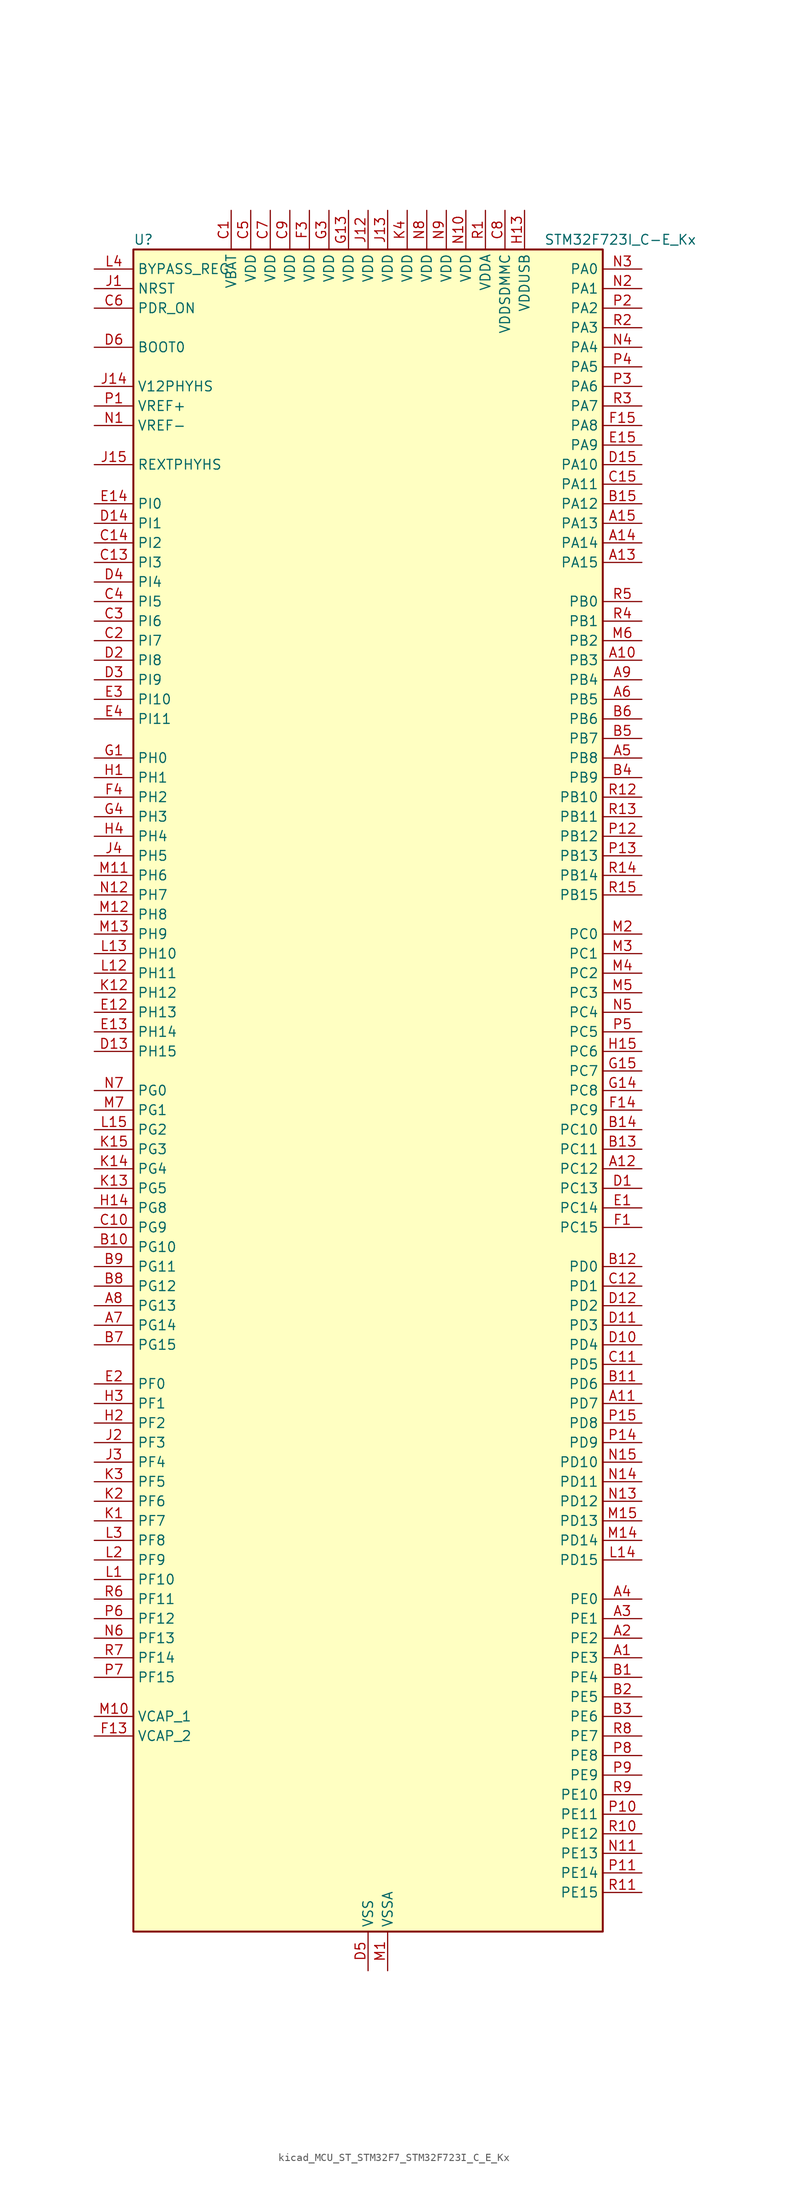
<source format=kicad_sym>
(kicad_symbol_lib
  (version 20220914)
  (generator kicad_symbol_editor)
  (symbol "kicad_MCU_ST_STM32F7_STM32F723I_C_E_Kx"
    (property "Reference" "U"
      (at -30.48 110.49 0)
      (effects (font (size 1.27 1.27)) (justify left)))
    (property "Value" "STM32F723I_C-E_Kx"
      (at 22.86 110.49 0)
      (effects (font (size 1.27 1.27)) (justify left)))
    (property "ki_locked" ""
      (at 0 0 0)
      (effects (font (size 1.27 1.27))))
    (symbol "kicad_MCU_ST_STM32F7_STM32F723I_C_E_Kx_0_1"
      (rectangle (start -30.48 -109.22) (end 30.48 109.22) (stroke (width 0.254) (type default)) (fill (type background))))
    (symbol "kicad_MCU_ST_STM32F7_STM32F723I_C_E_Kx_1_1"
      (pin bidirectional line (at 35.56 -73.66 180) (length 5.08) (name "PE3" (effects (font (size 1.27 1.27)))) (number "A1" (effects (font (size 1.27 1.27)))) (alternate "FMC_A19" bidirectional line) (alternate "SAI1_SD_B" bidirectional line) (alternate "SYS_TRACED0" bidirectional line))
      (pin bidirectional line (at 35.56 55.88 180) (length 5.08) (name "PB3" (effects (font (size 1.27 1.27)))) (number "A10" (effects (font (size 1.27 1.27)))) (alternate "I2S1_CK" bidirectional line) (alternate "I2S3_CK" bidirectional line) (alternate "SDMMC2_D2" bidirectional line) (alternate "SPI1_SCK" bidirectional line) (alternate "SPI3_SCK" bidirectional line) (alternate "SYS_JTDO-SWO" bidirectional line) (alternate "TIM2_CH2" bidirectional line))
      (pin bidirectional line (at 35.56 -40.64 180) (length 5.08) (name "PD7" (effects (font (size 1.27 1.27)))) (number "A11" (effects (font (size 1.27 1.27)))) (alternate "FMC_NE1" bidirectional line) (alternate "SDMMC2_CMD" bidirectional line) (alternate "USART2_CK" bidirectional line))
      (pin bidirectional line (at 35.56 -10.16 180) (length 5.08) (name "PC12" (effects (font (size 1.27 1.27)))) (number "A12" (effects (font (size 1.27 1.27)))) (alternate "I2S3_SD" bidirectional line) (alternate "SDMMC1_CK" bidirectional line) (alternate "SPI3_MOSI" bidirectional line) (alternate "SYS_TRACED3" bidirectional line) (alternate "UART5_TX" bidirectional line) (alternate "USART3_CK" bidirectional line))
      (pin bidirectional line (at 35.56 68.58 180) (length 5.08) (name "PA15" (effects (font (size 1.27 1.27)))) (number "A13" (effects (font (size 1.27 1.27)))) (alternate "I2S1_WS" bidirectional line) (alternate "I2S3_WS" bidirectional line) (alternate "SPI1_NSS" bidirectional line) (alternate "SPI3_NSS" bidirectional line) (alternate "SYS_JTDI" bidirectional line) (alternate "TIM2_CH1" bidirectional line) (alternate "TIM2_ETR" bidirectional line) (alternate "UART4_DE" bidirectional line) (alternate "UART4_RTS" bidirectional line))
      (pin bidirectional line (at 35.56 71.12 180) (length 5.08) (name "PA14" (effects (font (size 1.27 1.27)))) (number "A14" (effects (font (size 1.27 1.27)))) (alternate "SYS_JTCK-SWCLK" bidirectional line))
      (pin bidirectional line (at 35.56 73.66 180) (length 5.08) (name "PA13" (effects (font (size 1.27 1.27)))) (number "A15" (effects (font (size 1.27 1.27)))) (alternate "SYS_JTMS-SWDIO" bidirectional line))
      (pin bidirectional line (at 35.56 -71.12 180) (length 5.08) (name "PE2" (effects (font (size 1.27 1.27)))) (number "A2" (effects (font (size 1.27 1.27)))) (alternate "FMC_A23" bidirectional line) (alternate "QUADSPI_BK1_IO2" bidirectional line) (alternate "SAI1_MCLK_A" bidirectional line) (alternate "SPI4_SCK" bidirectional line) (alternate "SYS_TRACECLK" bidirectional line))
      (pin bidirectional line (at 35.56 -68.58 180) (length 5.08) (name "PE1" (effects (font (size 1.27 1.27)))) (number "A3" (effects (font (size 1.27 1.27)))) (alternate "FMC_NBL1" bidirectional line) (alternate "LPTIM1_IN2" bidirectional line) (alternate "UART8_TX" bidirectional line))
      (pin bidirectional line (at 35.56 -66.04 180) (length 5.08) (name "PE0" (effects (font (size 1.27 1.27)))) (number "A4" (effects (font (size 1.27 1.27)))) (alternate "FMC_NBL0" bidirectional line) (alternate "LPTIM1_ETR" bidirectional line) (alternate "SAI2_MCLK_A" bidirectional line) (alternate "TIM4_ETR" bidirectional line) (alternate "UART8_RX" bidirectional line))
      (pin bidirectional line (at 35.56 43.18 180) (length 5.08) (name "PB8" (effects (font (size 1.27 1.27)))) (number "A5" (effects (font (size 1.27 1.27)))) (alternate "CAN1_RX" bidirectional line) (alternate "I2C1_SCL" bidirectional line) (alternate "SDMMC1_D4" bidirectional line) (alternate "SDMMC2_D4" bidirectional line) (alternate "TIM10_CH1" bidirectional line) (alternate "TIM4_CH3" bidirectional line))
      (pin bidirectional line (at 35.56 50.8 180) (length 5.08) (name "PB5" (effects (font (size 1.27 1.27)))) (number "A6" (effects (font (size 1.27 1.27)))) (alternate "FMC_SDCKE1" bidirectional line) (alternate "I2C1_SMBA" bidirectional line) (alternate "I2S1_SD" bidirectional line) (alternate "I2S3_SD" bidirectional line) (alternate "SPI1_MOSI" bidirectional line) (alternate "SPI3_MOSI" bidirectional line) (alternate "TIM3_CH2" bidirectional line))
      (pin bidirectional line (at -35.56 -30.48 0) (length 5.08) (name "PG14" (effects (font (size 1.27 1.27)))) (number "A7" (effects (font (size 1.27 1.27)))) (alternate "FMC_A25" bidirectional line) (alternate "LPTIM1_ETR" bidirectional line) (alternate "QUADSPI_BK2_IO3" bidirectional line) (alternate "SYS_TRACED1" bidirectional line) (alternate "USART6_TX" bidirectional line))
      (pin bidirectional line (at -35.56 -27.94 0) (length 5.08) (name "PG13" (effects (font (size 1.27 1.27)))) (number "A8" (effects (font (size 1.27 1.27)))) (alternate "FMC_A24" bidirectional line) (alternate "LPTIM1_OUT" bidirectional line) (alternate "SYS_TRACED0" bidirectional line) (alternate "USART6_CTS" bidirectional line))
      (pin bidirectional line (at 35.56 53.34 180) (length 5.08) (name "PB4" (effects (font (size 1.27 1.27)))) (number "A9" (effects (font (size 1.27 1.27)))) (alternate "I2S2_WS" bidirectional line) (alternate "SDMMC2_D3" bidirectional line) (alternate "SPI1_MISO" bidirectional line) (alternate "SPI2_NSS" bidirectional line) (alternate "SPI3_MISO" bidirectional line) (alternate "SYS_JTRST" bidirectional line) (alternate "TIM3_CH1" bidirectional line))
      (pin bidirectional line (at 35.56 -76.2 180) (length 5.08) (name "PE4" (effects (font (size 1.27 1.27)))) (number "B1" (effects (font (size 1.27 1.27)))) (alternate "FMC_A20" bidirectional line) (alternate "SAI1_FS_A" bidirectional line) (alternate "SPI4_NSS" bidirectional line) (alternate "SYS_TRACED1" bidirectional line))
      (pin bidirectional line (at -35.56 -20.32 0) (length 5.08) (name "PG10" (effects (font (size 1.27 1.27)))) (number "B10" (effects (font (size 1.27 1.27)))) (alternate "FMC_NE3" bidirectional line) (alternate "SAI2_SD_B" bidirectional line) (alternate "SDMMC2_D1" bidirectional line))
      (pin bidirectional line (at 35.56 -38.1 180) (length 5.08) (name "PD6" (effects (font (size 1.27 1.27)))) (number "B11" (effects (font (size 1.27 1.27)))) (alternate "FMC_NWAIT" bidirectional line) (alternate "I2S3_SD" bidirectional line) (alternate "SAI1_SD_A" bidirectional line) (alternate "SDMMC2_CK" bidirectional line) (alternate "SPI3_MOSI" bidirectional line) (alternate "USART2_RX" bidirectional line))
      (pin bidirectional line (at 35.56 -22.86 180) (length 5.08) (name "PD0" (effects (font (size 1.27 1.27)))) (number "B12" (effects (font (size 1.27 1.27)))) (alternate "CAN1_RX" bidirectional line) (alternate "FMC_D2" bidirectional line) (alternate "FMC_DA2" bidirectional line))
      (pin bidirectional line (at 35.56 -7.62 180) (length 5.08) (name "PC11" (effects (font (size 1.27 1.27)))) (number "B13" (effects (font (size 1.27 1.27)))) (alternate "ADC1_EXTI11" bidirectional line) (alternate "ADC2_EXTI11" bidirectional line) (alternate "ADC3_EXTI11" bidirectional line) (alternate "QUADSPI_BK2_NCS" bidirectional line) (alternate "SDMMC1_D3" bidirectional line) (alternate "SPI3_MISO" bidirectional line) (alternate "UART4_RX" bidirectional line) (alternate "USART3_RX" bidirectional line))
      (pin bidirectional line (at 35.56 -5.08 180) (length 5.08) (name "PC10" (effects (font (size 1.27 1.27)))) (number "B14" (effects (font (size 1.27 1.27)))) (alternate "I2S3_CK" bidirectional line) (alternate "QUADSPI_BK1_IO1" bidirectional line) (alternate "SDMMC1_D2" bidirectional line) (alternate "SPI3_SCK" bidirectional line) (alternate "UART4_TX" bidirectional line) (alternate "USART3_TX" bidirectional line))
      (pin bidirectional line (at 35.56 76.2 180) (length 5.08) (name "PA12" (effects (font (size 1.27 1.27)))) (number "B15" (effects (font (size 1.27 1.27)))) (alternate "CAN1_TX" bidirectional line) (alternate "SAI2_FS_B" bidirectional line) (alternate "TIM1_ETR" bidirectional line) (alternate "USART1_DE" bidirectional line) (alternate "USART1_RTS" bidirectional line) (alternate "USB_OTG_FS_DP" bidirectional line))
      (pin bidirectional line (at 35.56 -78.74 180) (length 5.08) (name "PE5" (effects (font (size 1.27 1.27)))) (number "B2" (effects (font (size 1.27 1.27)))) (alternate "FMC_A21" bidirectional line) (alternate "SAI1_SCK_A" bidirectional line) (alternate "SPI4_MISO" bidirectional line) (alternate "SYS_TRACED2" bidirectional line) (alternate "TIM9_CH1" bidirectional line))
      (pin bidirectional line (at 35.56 -81.28 180) (length 5.08) (name "PE6" (effects (font (size 1.27 1.27)))) (number "B3" (effects (font (size 1.27 1.27)))) (alternate "FMC_A22" bidirectional line) (alternate "SAI1_SD_A" bidirectional line) (alternate "SAI2_MCLK_B" bidirectional line) (alternate "SPI4_MOSI" bidirectional line) (alternate "SYS_TRACED3" bidirectional line) (alternate "TIM1_BKIN2" bidirectional line) (alternate "TIM9_CH2" bidirectional line))
      (pin bidirectional line (at 35.56 40.64 180) (length 5.08) (name "PB9" (effects (font (size 1.27 1.27)))) (number "B4" (effects (font (size 1.27 1.27)))) (alternate "CAN1_TX" bidirectional line) (alternate "DAC_EXTI9" bidirectional line) (alternate "I2C1_SDA" bidirectional line) (alternate "I2S2_WS" bidirectional line) (alternate "SDMMC1_D5" bidirectional line) (alternate "SDMMC2_D5" bidirectional line) (alternate "SPI2_NSS" bidirectional line) (alternate "TIM11_CH1" bidirectional line) (alternate "TIM4_CH4" bidirectional line))
      (pin bidirectional line (at 35.56 45.72 180) (length 5.08) (name "PB7" (effects (font (size 1.27 1.27)))) (number "B5" (effects (font (size 1.27 1.27)))) (alternate "FMC_NL" bidirectional line) (alternate "I2C1_SDA" bidirectional line) (alternate "TIM4_CH2" bidirectional line) (alternate "USART1_RX" bidirectional line))
      (pin bidirectional line (at 35.56 48.26 180) (length 5.08) (name "PB6" (effects (font (size 1.27 1.27)))) (number "B6" (effects (font (size 1.27 1.27)))) (alternate "FMC_SDNE1" bidirectional line) (alternate "I2C1_SCL" bidirectional line) (alternate "QUADSPI_BK1_NCS" bidirectional line) (alternate "TIM4_CH1" bidirectional line) (alternate "USART1_TX" bidirectional line))
      (pin bidirectional line (at -35.56 -33.02 0) (length 5.08) (name "PG15" (effects (font (size 1.27 1.27)))) (number "B7" (effects (font (size 1.27 1.27)))) (alternate "FMC_SDNCAS" bidirectional line) (alternate "USART6_CTS" bidirectional line))
      (pin bidirectional line (at -35.56 -25.4 0) (length 5.08) (name "PG12" (effects (font (size 1.27 1.27)))) (number "B8" (effects (font (size 1.27 1.27)))) (alternate "FMC_NE4" bidirectional line) (alternate "LPTIM1_IN1" bidirectional line) (alternate "SDMMC2_D3" bidirectional line) (alternate "USART6_DE" bidirectional line) (alternate "USART6_RTS" bidirectional line))
      (pin bidirectional line (at -35.56 -22.86 0) (length 5.08) (name "PG11" (effects (font (size 1.27 1.27)))) (number "B9" (effects (font (size 1.27 1.27)))) (alternate "ADC1_EXTI11" bidirectional line) (alternate "ADC2_EXTI11" bidirectional line) (alternate "ADC3_EXTI11" bidirectional line) (alternate "FMC_INT" bidirectional line) (alternate "SDMMC2_D2" bidirectional line))
      (pin power_in line (at -17.78 114.3 270) (length 5.08) (name "VBAT" (effects (font (size 1.27 1.27)))) (number "C1" (effects (font (size 1.27 1.27)))))
      (pin bidirectional line (at -35.56 -17.78 0) (length 5.08) (name "PG9" (effects (font (size 1.27 1.27)))) (number "C10" (effects (font (size 1.27 1.27)))) (alternate "DAC_EXTI9" bidirectional line) (alternate "FMC_NCE" bidirectional line) (alternate "FMC_NE2" bidirectional line) (alternate "QUADSPI_BK2_IO2" bidirectional line) (alternate "SAI2_FS_B" bidirectional line) (alternate "SDMMC2_D0" bidirectional line) (alternate "USART6_RX" bidirectional line))
      (pin bidirectional line (at 35.56 -35.56 180) (length 5.08) (name "PD5" (effects (font (size 1.27 1.27)))) (number "C11" (effects (font (size 1.27 1.27)))) (alternate "FMC_NWE" bidirectional line) (alternate "USART2_TX" bidirectional line))
      (pin bidirectional line (at 35.56 -25.4 180) (length 5.08) (name "PD1" (effects (font (size 1.27 1.27)))) (number "C12" (effects (font (size 1.27 1.27)))) (alternate "CAN1_TX" bidirectional line) (alternate "FMC_D3" bidirectional line) (alternate "FMC_DA3" bidirectional line))
      (pin bidirectional line (at -35.56 68.58 0) (length 5.08) (name "PI3" (effects (font (size 1.27 1.27)))) (number "C13" (effects (font (size 1.27 1.27)))) (alternate "FMC_D27" bidirectional line) (alternate "I2S2_SD" bidirectional line) (alternate "SPI2_MOSI" bidirectional line) (alternate "TIM8_ETR" bidirectional line))
      (pin bidirectional line (at -35.56 71.12 0) (length 5.08) (name "PI2" (effects (font (size 1.27 1.27)))) (number "C14" (effects (font (size 1.27 1.27)))) (alternate "FMC_D26" bidirectional line) (alternate "SPI2_MISO" bidirectional line) (alternate "TIM8_CH4" bidirectional line))
      (pin bidirectional line (at 35.56 78.74 180) (length 5.08) (name "PA11" (effects (font (size 1.27 1.27)))) (number "C15" (effects (font (size 1.27 1.27)))) (alternate "ADC1_EXTI11" bidirectional line) (alternate "ADC2_EXTI11" bidirectional line) (alternate "ADC3_EXTI11" bidirectional line) (alternate "CAN1_RX" bidirectional line) (alternate "TIM1_CH4" bidirectional line) (alternate "USART1_CTS" bidirectional line) (alternate "USB_OTG_FS_DM" bidirectional line))
      (pin bidirectional line (at -35.56 58.42 0) (length 5.08) (name "PI7" (effects (font (size 1.27 1.27)))) (number "C2" (effects (font (size 1.27 1.27)))) (alternate "FMC_D29" bidirectional line) (alternate "SAI2_FS_A" bidirectional line) (alternate "TIM8_CH3" bidirectional line))
      (pin bidirectional line (at -35.56 60.96 0) (length 5.08) (name "PI6" (effects (font (size 1.27 1.27)))) (number "C3" (effects (font (size 1.27 1.27)))) (alternate "FMC_D28" bidirectional line) (alternate "SAI2_SD_A" bidirectional line) (alternate "TIM8_CH2" bidirectional line))
      (pin bidirectional line (at -35.56 63.5 0) (length 5.08) (name "PI5" (effects (font (size 1.27 1.27)))) (number "C4" (effects (font (size 1.27 1.27)))) (alternate "FMC_NBL3" bidirectional line) (alternate "SAI2_SCK_A" bidirectional line) (alternate "TIM8_CH1" bidirectional line))
      (pin power_in line (at -15.24 114.3 270) (length 5.08) (name "VDD" (effects (font (size 1.27 1.27)))) (number "C5" (effects (font (size 1.27 1.27)))))
      (pin input line (at -35.56 101.6 0) (length 5.08) (name "PDR_ON" (effects (font (size 1.27 1.27)))) (number "C6" (effects (font (size 1.27 1.27)))))
      (pin power_in line (at -12.7 114.3 270) (length 5.08) (name "VDD" (effects (font (size 1.27 1.27)))) (number "C7" (effects (font (size 1.27 1.27)))))
      (pin power_in line (at 17.78 114.3 270) (length 5.08) (name "VDDSDMMC" (effects (font (size 1.27 1.27)))) (number "C8" (effects (font (size 1.27 1.27)))))
      (pin power_in line (at -10.16 114.3 270) (length 5.08) (name "VDD" (effects (font (size 1.27 1.27)))) (number "C9" (effects (font (size 1.27 1.27)))))
      (pin bidirectional line (at 35.56 -12.7 180) (length 5.08) (name "PC13" (effects (font (size 1.27 1.27)))) (number "D1" (effects (font (size 1.27 1.27)))) (alternate "RTC_OUT" bidirectional line) (alternate "RTC_TAMP1" bidirectional line) (alternate "RTC_TS" bidirectional line) (alternate "SYS_WKUP4" bidirectional line))
      (pin bidirectional line (at 35.56 -33.02 180) (length 5.08) (name "PD4" (effects (font (size 1.27 1.27)))) (number "D10" (effects (font (size 1.27 1.27)))) (alternate "FMC_NOE" bidirectional line) (alternate "USART2_DE" bidirectional line) (alternate "USART2_RTS" bidirectional line))
      (pin bidirectional line (at 35.56 -30.48 180) (length 5.08) (name "PD3" (effects (font (size 1.27 1.27)))) (number "D11" (effects (font (size 1.27 1.27)))) (alternate "FMC_CLK" bidirectional line) (alternate "I2S2_CK" bidirectional line) (alternate "SPI2_SCK" bidirectional line) (alternate "USART2_CTS" bidirectional line))
      (pin bidirectional line (at 35.56 -27.94 180) (length 5.08) (name "PD2" (effects (font (size 1.27 1.27)))) (number "D12" (effects (font (size 1.27 1.27)))) (alternate "SDMMC1_CMD" bidirectional line) (alternate "SYS_TRACED2" bidirectional line) (alternate "TIM3_ETR" bidirectional line) (alternate "UART5_RX" bidirectional line))
      (pin bidirectional line (at -35.56 5.08 0) (length 5.08) (name "PH15" (effects (font (size 1.27 1.27)))) (number "D13" (effects (font (size 1.27 1.27)))) (alternate "FMC_D23" bidirectional line) (alternate "TIM8_CH3N" bidirectional line))
      (pin bidirectional line (at -35.56 73.66 0) (length 5.08) (name "PI1" (effects (font (size 1.27 1.27)))) (number "D14" (effects (font (size 1.27 1.27)))) (alternate "FMC_D25" bidirectional line) (alternate "I2S2_CK" bidirectional line) (alternate "SPI2_SCK" bidirectional line) (alternate "TIM8_BKIN2" bidirectional line))
      (pin bidirectional line (at 35.56 81.28 180) (length 5.08) (name "PA10" (effects (font (size 1.27 1.27)))) (number "D15" (effects (font (size 1.27 1.27)))) (alternate "TIM1_CH3" bidirectional line) (alternate "USART1_RX" bidirectional line) (alternate "USB_OTG_FS_ID" bidirectional line))
      (pin bidirectional line (at -35.56 55.88 0) (length 5.08) (name "PI8" (effects (font (size 1.27 1.27)))) (number "D2" (effects (font (size 1.27 1.27)))) (alternate "RTC_TAMP2" bidirectional line) (alternate "RTC_TS" bidirectional line) (alternate "SYS_WKUP5" bidirectional line))
      (pin bidirectional line (at -35.56 53.34 0) (length 5.08) (name "PI9" (effects (font (size 1.27 1.27)))) (number "D3" (effects (font (size 1.27 1.27)))) (alternate "CAN1_RX" bidirectional line) (alternate "DAC_EXTI9" bidirectional line) (alternate "FMC_D30" bidirectional line) (alternate "UART4_RX" bidirectional line))
      (pin bidirectional line (at -35.56 66.04 0) (length 5.08) (name "PI4" (effects (font (size 1.27 1.27)))) (number "D4" (effects (font (size 1.27 1.27)))) (alternate "FMC_NBL2" bidirectional line) (alternate "SAI2_MCLK_A" bidirectional line) (alternate "TIM8_BKIN" bidirectional line))
      (pin power_in line (at 0 -114.3 90) (length 5.08) (name "VSS" (effects (font (size 1.27 1.27)))) (number "D5" (effects (font (size 1.27 1.27)))))
      (pin input line (at -35.56 96.52 0) (length 5.08) (name "BOOT0" (effects (font (size 1.27 1.27)))) (number "D6" (effects (font (size 1.27 1.27)))))
      (pin passive line (at 0 -114.3 90) (length 5.08) hide (name "VSS" (effects (font (size 1.27 1.27)))) (number "D7" (effects (font (size 1.27 1.27)))))
      (pin passive line (at 0 -114.3 90) (length 5.08) hide (name "VSS" (effects (font (size 1.27 1.27)))) (number "D8" (effects (font (size 1.27 1.27)))))
      (pin passive line (at 0 -114.3 90) (length 5.08) hide (name "VSS" (effects (font (size 1.27 1.27)))) (number "D9" (effects (font (size 1.27 1.27)))))
      (pin bidirectional line (at 35.56 -15.24 180) (length 5.08) (name "PC14" (effects (font (size 1.27 1.27)))) (number "E1" (effects (font (size 1.27 1.27)))) (alternate "RCC_OSC32_IN" bidirectional line))
      (pin bidirectional line (at -35.56 10.16 0) (length 5.08) (name "PH13" (effects (font (size 1.27 1.27)))) (number "E12" (effects (font (size 1.27 1.27)))) (alternate "CAN1_TX" bidirectional line) (alternate "FMC_D21" bidirectional line) (alternate "TIM8_CH1N" bidirectional line) (alternate "UART4_TX" bidirectional line))
      (pin bidirectional line (at -35.56 7.62 0) (length 5.08) (name "PH14" (effects (font (size 1.27 1.27)))) (number "E13" (effects (font (size 1.27 1.27)))) (alternate "CAN1_RX" bidirectional line) (alternate "FMC_D22" bidirectional line) (alternate "TIM8_CH2N" bidirectional line) (alternate "UART4_RX" bidirectional line))
      (pin bidirectional line (at -35.56 76.2 0) (length 5.08) (name "PI0" (effects (font (size 1.27 1.27)))) (number "E14" (effects (font (size 1.27 1.27)))) (alternate "FMC_D24" bidirectional line) (alternate "I2S2_WS" bidirectional line) (alternate "SPI2_NSS" bidirectional line) (alternate "TIM5_CH4" bidirectional line))
      (pin bidirectional line (at 35.56 83.82 180) (length 5.08) (name "PA9" (effects (font (size 1.27 1.27)))) (number "E15" (effects (font (size 1.27 1.27)))) (alternate "DAC_EXTI9" bidirectional line) (alternate "I2C3_SMBA" bidirectional line) (alternate "I2S2_CK" bidirectional line) (alternate "SPI2_SCK" bidirectional line) (alternate "TIM1_CH2" bidirectional line) (alternate "USART1_TX" bidirectional line) (alternate "USB_OTG_FS_VBUS" bidirectional line))
      (pin bidirectional line (at -35.56 -38.1 0) (length 5.08) (name "PF0" (effects (font (size 1.27 1.27)))) (number "E2" (effects (font (size 1.27 1.27)))) (alternate "FMC_A0" bidirectional line) (alternate "I2C2_SDA" bidirectional line))
      (pin bidirectional line (at -35.56 50.8 0) (length 5.08) (name "PI10" (effects (font (size 1.27 1.27)))) (number "E3" (effects (font (size 1.27 1.27)))) (alternate "FMC_D31" bidirectional line))
      (pin bidirectional line (at -35.56 48.26 0) (length 5.08) (name "PI11" (effects (font (size 1.27 1.27)))) (number "E4" (effects (font (size 1.27 1.27)))) (alternate "ADC1_EXTI11" bidirectional line) (alternate "ADC2_EXTI11" bidirectional line) (alternate "ADC3_EXTI11" bidirectional line) (alternate "SYS_WKUP6" bidirectional line))
      (pin bidirectional line (at 35.56 -17.78 180) (length 5.08) (name "PC15" (effects (font (size 1.27 1.27)))) (number "F1" (effects (font (size 1.27 1.27)))) (alternate "RCC_OSC32_OUT" bidirectional line))
      (pin passive line (at 0 -114.3 90) (length 5.08) hide (name "VSS" (effects (font (size 1.27 1.27)))) (number "F10" (effects (font (size 1.27 1.27)))))
      (pin passive line (at 0 -114.3 90) (length 5.08) hide (name "VSS" (effects (font (size 1.27 1.27)))) (number "F12" (effects (font (size 1.27 1.27)))))
      (pin power_out line (at -35.56 -83.82 0) (length 5.08) (name "VCAP_2" (effects (font (size 1.27 1.27)))) (number "F13" (effects (font (size 1.27 1.27)))))
      (pin bidirectional line (at 35.56 -2.54 180) (length 5.08) (name "PC9" (effects (font (size 1.27 1.27)))) (number "F14" (effects (font (size 1.27 1.27)))) (alternate "DAC_EXTI9" bidirectional line) (alternate "I2C3_SDA" bidirectional line) (alternate "I2S_CKIN" bidirectional line) (alternate "QUADSPI_BK1_IO0" bidirectional line) (alternate "RCC_MCO_2" bidirectional line) (alternate "SDMMC1_D1" bidirectional line) (alternate "TIM3_CH4" bidirectional line) (alternate "TIM8_CH4" bidirectional line) (alternate "UART5_CTS" bidirectional line))
      (pin bidirectional line (at 35.56 86.36 180) (length 5.08) (name "PA8" (effects (font (size 1.27 1.27)))) (number "F15" (effects (font (size 1.27 1.27)))) (alternate "I2C3_SCL" bidirectional line) (alternate "RCC_MCO_1" bidirectional line) (alternate "TIM1_CH1" bidirectional line) (alternate "TIM8_BKIN2" bidirectional line) (alternate "USART1_CK" bidirectional line) (alternate "USB_OTG_FS_SOF" bidirectional line))
      (pin passive line (at 0 -114.3 90) (length 5.08) hide (name "VSS" (effects (font (size 1.27 1.27)))) (number "F2" (effects (font (size 1.27 1.27)))))
      (pin power_in line (at -7.62 114.3 270) (length 5.08) (name "VDD" (effects (font (size 1.27 1.27)))) (number "F3" (effects (font (size 1.27 1.27)))))
      (pin bidirectional line (at -35.56 38.1 0) (length 5.08) (name "PH2" (effects (font (size 1.27 1.27)))) (number "F4" (effects (font (size 1.27 1.27)))) (alternate "FMC_SDCKE0" bidirectional line) (alternate "LPTIM1_IN2" bidirectional line) (alternate "QUADSPI_BK2_IO0" bidirectional line) (alternate "SAI2_SCK_B" bidirectional line))
      (pin passive line (at 0 -114.3 90) (length 5.08) hide (name "VSS" (effects (font (size 1.27 1.27)))) (number "F6" (effects (font (size 1.27 1.27)))))
      (pin passive line (at 0 -114.3 90) (length 5.08) hide (name "VSS" (effects (font (size 1.27 1.27)))) (number "F7" (effects (font (size 1.27 1.27)))))
      (pin passive line (at 0 -114.3 90) (length 5.08) hide (name "VSS" (effects (font (size 1.27 1.27)))) (number "F8" (effects (font (size 1.27 1.27)))))
      (pin passive line (at 0 -114.3 90) (length 5.08) hide (name "VSS" (effects (font (size 1.27 1.27)))) (number "F9" (effects (font (size 1.27 1.27)))))
      (pin bidirectional line (at -35.56 43.18 0) (length 5.08) (name "PH0" (effects (font (size 1.27 1.27)))) (number "G1" (effects (font (size 1.27 1.27)))) (alternate "RCC_OSC_IN" bidirectional line))
      (pin passive line (at 0 -114.3 90) (length 5.08) hide (name "VSS" (effects (font (size 1.27 1.27)))) (number "G10" (effects (font (size 1.27 1.27)))))
      (pin passive line (at 0 -114.3 90) (length 5.08) hide (name "VSS" (effects (font (size 1.27 1.27)))) (number "G12" (effects (font (size 1.27 1.27)))))
      (pin power_in line (at -2.54 114.3 270) (length 5.08) (name "VDD" (effects (font (size 1.27 1.27)))) (number "G13" (effects (font (size 1.27 1.27)))))
      (pin bidirectional line (at 35.56 0 180) (length 5.08) (name "PC8" (effects (font (size 1.27 1.27)))) (number "G14" (effects (font (size 1.27 1.27)))) (alternate "SDMMC1_D0" bidirectional line) (alternate "SYS_TRACED1" bidirectional line) (alternate "TIM3_CH3" bidirectional line) (alternate "TIM8_CH3" bidirectional line) (alternate "UART5_DE" bidirectional line) (alternate "UART5_RTS" bidirectional line) (alternate "USART6_CK" bidirectional line))
      (pin bidirectional line (at 35.56 2.54 180) (length 5.08) (name "PC7" (effects (font (size 1.27 1.27)))) (number "G15" (effects (font (size 1.27 1.27)))) (alternate "I2S3_MCK" bidirectional line) (alternate "SDMMC1_D7" bidirectional line) (alternate "SDMMC2_D7" bidirectional line) (alternate "TIM3_CH2" bidirectional line) (alternate "TIM8_CH2" bidirectional line) (alternate "USART6_RX" bidirectional line))
      (pin passive line (at 0 -114.3 90) (length 5.08) hide (name "VSS" (effects (font (size 1.27 1.27)))) (number "G2" (effects (font (size 1.27 1.27)))))
      (pin power_in line (at -5.08 114.3 270) (length 5.08) (name "VDD" (effects (font (size 1.27 1.27)))) (number "G3" (effects (font (size 1.27 1.27)))))
      (pin bidirectional line (at -35.56 35.56 0) (length 5.08) (name "PH3" (effects (font (size 1.27 1.27)))) (number "G4" (effects (font (size 1.27 1.27)))) (alternate "FMC_SDNE0" bidirectional line) (alternate "QUADSPI_BK2_IO1" bidirectional line) (alternate "SAI2_MCLK_B" bidirectional line))
      (pin passive line (at 0 -114.3 90) (length 5.08) hide (name "VSS" (effects (font (size 1.27 1.27)))) (number "G6" (effects (font (size 1.27 1.27)))))
      (pin passive line (at 0 -114.3 90) (length 5.08) hide (name "VSS" (effects (font (size 1.27 1.27)))) (number "G7" (effects (font (size 1.27 1.27)))))
      (pin passive line (at 0 -114.3 90) (length 5.08) hide (name "VSS" (effects (font (size 1.27 1.27)))) (number "G8" (effects (font (size 1.27 1.27)))))
      (pin passive line (at 0 -114.3 90) (length 5.08) hide (name "VSS" (effects (font (size 1.27 1.27)))) (number "G9" (effects (font (size 1.27 1.27)))))
      (pin bidirectional line (at -35.56 40.64 0) (length 5.08) (name "PH1" (effects (font (size 1.27 1.27)))) (number "H1" (effects (font (size 1.27 1.27)))) (alternate "RCC_OSC_OUT" bidirectional line))
      (pin passive line (at 0 -114.3 90) (length 5.08) hide (name "VSS" (effects (font (size 1.27 1.27)))) (number "H10" (effects (font (size 1.27 1.27)))))
      (pin passive line (at 0 -114.3 90) (length 5.08) hide (name "VSS" (effects (font (size 1.27 1.27)))) (number "H12" (effects (font (size 1.27 1.27)))))
      (pin power_in line (at 20.32 114.3 270) (length 5.08) (name "VDDUSB" (effects (font (size 1.27 1.27)))) (number "H13" (effects (font (size 1.27 1.27)))))
      (pin bidirectional line (at -35.56 -15.24 0) (length 5.08) (name "PG8" (effects (font (size 1.27 1.27)))) (number "H14" (effects (font (size 1.27 1.27)))) (alternate "FMC_SDCLK" bidirectional line) (alternate "USART6_DE" bidirectional line) (alternate "USART6_RTS" bidirectional line))
      (pin bidirectional line (at 35.56 5.08 180) (length 5.08) (name "PC6" (effects (font (size 1.27 1.27)))) (number "H15" (effects (font (size 1.27 1.27)))) (alternate "I2S2_MCK" bidirectional line) (alternate "SDMMC1_D6" bidirectional line) (alternate "SDMMC2_D6" bidirectional line) (alternate "TIM3_CH1" bidirectional line) (alternate "TIM8_CH1" bidirectional line) (alternate "USART6_TX" bidirectional line))
      (pin bidirectional line (at -35.56 -43.18 0) (length 5.08) (name "PF2" (effects (font (size 1.27 1.27)))) (number "H2" (effects (font (size 1.27 1.27)))) (alternate "FMC_A2" bidirectional line) (alternate "I2C2_SMBA" bidirectional line))
      (pin bidirectional line (at -35.56 -40.64 0) (length 5.08) (name "PF1" (effects (font (size 1.27 1.27)))) (number "H3" (effects (font (size 1.27 1.27)))) (alternate "FMC_A1" bidirectional line) (alternate "I2C2_SCL" bidirectional line))
      (pin bidirectional line (at -35.56 33.02 0) (length 5.08) (name "PH4" (effects (font (size 1.27 1.27)))) (number "H4" (effects (font (size 1.27 1.27)))) (alternate "I2C2_SCL" bidirectional line))
      (pin passive line (at 0 -114.3 90) (length 5.08) hide (name "VSS" (effects (font (size 1.27 1.27)))) (number "H6" (effects (font (size 1.27 1.27)))))
      (pin passive line (at 0 -114.3 90) (length 5.08) hide (name "VSS" (effects (font (size 1.27 1.27)))) (number "H7" (effects (font (size 1.27 1.27)))))
      (pin passive line (at 0 -114.3 90) (length 5.08) hide (name "VSS" (effects (font (size 1.27 1.27)))) (number "H8" (effects (font (size 1.27 1.27)))))
      (pin passive line (at 0 -114.3 90) (length 5.08) hide (name "VSS" (effects (font (size 1.27 1.27)))) (number "H9" (effects (font (size 1.27 1.27)))))
      (pin input line (at -35.56 104.14 0) (length 5.08) (name "NRST" (effects (font (size 1.27 1.27)))) (number "J1" (effects (font (size 1.27 1.27)))))
      (pin passive line (at 0 -114.3 90) (length 5.08) hide (name "VSS" (effects (font (size 1.27 1.27)))) (number "J10" (effects (font (size 1.27 1.27)))))
      (pin power_in line (at 0 114.3 270) (length 5.08) (name "VDD" (effects (font (size 1.27 1.27)))) (number "J12" (effects (font (size 1.27 1.27)))))
      (pin power_in line (at 2.54 114.3 270) (length 5.08) (name "VDD" (effects (font (size 1.27 1.27)))) (number "J13" (effects (font (size 1.27 1.27)))))
      (pin power_in line (at -35.56 91.44 0) (length 5.08) (name "V12PHYHS" (effects (font (size 1.27 1.27)))) (number "J14" (effects (font (size 1.27 1.27)))))
      (pin bidirectional line (at -35.56 81.28 0) (length 5.08) (name "REXTPHYHS" (effects (font (size 1.27 1.27)))) (number "J15" (effects (font (size 1.27 1.27)))) (alternate "USB_OTG_HS_REXTPHYHS" bidirectional line))
      (pin bidirectional line (at -35.56 -45.72 0) (length 5.08) (name "PF3" (effects (font (size 1.27 1.27)))) (number "J2" (effects (font (size 1.27 1.27)))) (alternate "ADC3_IN9" bidirectional line) (alternate "FMC_A3" bidirectional line))
      (pin bidirectional line (at -35.56 -48.26 0) (length 5.08) (name "PF4" (effects (font (size 1.27 1.27)))) (number "J3" (effects (font (size 1.27 1.27)))) (alternate "ADC3_IN14" bidirectional line) (alternate "FMC_A4" bidirectional line))
      (pin bidirectional line (at -35.56 30.48 0) (length 5.08) (name "PH5" (effects (font (size 1.27 1.27)))) (number "J4" (effects (font (size 1.27 1.27)))) (alternate "FMC_SDNWE" bidirectional line) (alternate "I2C2_SDA" bidirectional line) (alternate "SPI5_NSS" bidirectional line))
      (pin passive line (at 0 -114.3 90) (length 5.08) hide (name "VSS" (effects (font (size 1.27 1.27)))) (number "J6" (effects (font (size 1.27 1.27)))))
      (pin passive line (at 0 -114.3 90) (length 5.08) hide (name "VSS" (effects (font (size 1.27 1.27)))) (number "J7" (effects (font (size 1.27 1.27)))))
      (pin passive line (at 0 -114.3 90) (length 5.08) hide (name "VSS" (effects (font (size 1.27 1.27)))) (number "J8" (effects (font (size 1.27 1.27)))))
      (pin passive line (at 0 -114.3 90) (length 5.08) hide (name "VSS" (effects (font (size 1.27 1.27)))) (number "J9" (effects (font (size 1.27 1.27)))))
      (pin bidirectional line (at -35.56 -55.88 0) (length 5.08) (name "PF7" (effects (font (size 1.27 1.27)))) (number "K1" (effects (font (size 1.27 1.27)))) (alternate "ADC3_IN5" bidirectional line) (alternate "QUADSPI_BK1_IO2" bidirectional line) (alternate "SAI1_MCLK_B" bidirectional line) (alternate "SPI5_SCK" bidirectional line) (alternate "TIM11_CH1" bidirectional line) (alternate "UART7_TX" bidirectional line))
      (pin passive line (at 0 -114.3 90) (length 5.08) hide (name "VSS" (effects (font (size 1.27 1.27)))) (number "K10" (effects (font (size 1.27 1.27)))))
      (pin bidirectional line (at -35.56 12.7 0) (length 5.08) (name "PH12" (effects (font (size 1.27 1.27)))) (number "K12" (effects (font (size 1.27 1.27)))) (alternate "FMC_D20" bidirectional line) (alternate "TIM5_CH3" bidirectional line))
      (pin bidirectional line (at -35.56 -12.7 0) (length 5.08) (name "PG5" (effects (font (size 1.27 1.27)))) (number "K13" (effects (font (size 1.27 1.27)))) (alternate "FMC_A15" bidirectional line) (alternate "FMC_BA1" bidirectional line))
      (pin bidirectional line (at -35.56 -10.16 0) (length 5.08) (name "PG4" (effects (font (size 1.27 1.27)))) (number "K14" (effects (font (size 1.27 1.27)))) (alternate "FMC_A14" bidirectional line) (alternate "FMC_BA0" bidirectional line))
      (pin bidirectional line (at -35.56 -7.62 0) (length 5.08) (name "PG3" (effects (font (size 1.27 1.27)))) (number "K15" (effects (font (size 1.27 1.27)))) (alternate "FMC_A13" bidirectional line))
      (pin bidirectional line (at -35.56 -53.34 0) (length 5.08) (name "PF6" (effects (font (size 1.27 1.27)))) (number "K2" (effects (font (size 1.27 1.27)))) (alternate "ADC3_IN4" bidirectional line) (alternate "QUADSPI_BK1_IO3" bidirectional line) (alternate "SAI1_SD_B" bidirectional line) (alternate "SPI5_NSS" bidirectional line) (alternate "TIM10_CH1" bidirectional line) (alternate "UART7_RX" bidirectional line))
      (pin bidirectional line (at -35.56 -50.8 0) (length 5.08) (name "PF5" (effects (font (size 1.27 1.27)))) (number "K3" (effects (font (size 1.27 1.27)))) (alternate "ADC3_IN15" bidirectional line) (alternate "FMC_A5" bidirectional line))
      (pin power_in line (at 5.08 114.3 270) (length 5.08) (name "VDD" (effects (font (size 1.27 1.27)))) (number "K4" (effects (font (size 1.27 1.27)))))
      (pin passive line (at 0 -114.3 90) (length 5.08) hide (name "VSS" (effects (font (size 1.27 1.27)))) (number "K6" (effects (font (size 1.27 1.27)))))
      (pin passive line (at 0 -114.3 90) (length 5.08) hide (name "VSS" (effects (font (size 1.27 1.27)))) (number "K7" (effects (font (size 1.27 1.27)))))
      (pin passive line (at 0 -114.3 90) (length 5.08) hide (name "VSS" (effects (font (size 1.27 1.27)))) (number "K8" (effects (font (size 1.27 1.27)))))
      (pin passive line (at 0 -114.3 90) (length 5.08) hide (name "VSS" (effects (font (size 1.27 1.27)))) (number "K9" (effects (font (size 1.27 1.27)))))
      (pin bidirectional line (at -35.56 -63.5 0) (length 5.08) (name "PF10" (effects (font (size 1.27 1.27)))) (number "L1" (effects (font (size 1.27 1.27)))) (alternate "ADC3_IN8" bidirectional line))
      (pin bidirectional line (at -35.56 15.24 0) (length 5.08) (name "PH11" (effects (font (size 1.27 1.27)))) (number "L12" (effects (font (size 1.27 1.27)))) (alternate "ADC1_EXTI11" bidirectional line) (alternate "ADC2_EXTI11" bidirectional line) (alternate "ADC3_EXTI11" bidirectional line) (alternate "FMC_D19" bidirectional line) (alternate "TIM5_CH2" bidirectional line))
      (pin bidirectional line (at -35.56 17.78 0) (length 5.08) (name "PH10" (effects (font (size 1.27 1.27)))) (number "L13" (effects (font (size 1.27 1.27)))) (alternate "FMC_D18" bidirectional line) (alternate "TIM5_CH1" bidirectional line))
      (pin bidirectional line (at 35.56 -60.96 180) (length 5.08) (name "PD15" (effects (font (size 1.27 1.27)))) (number "L14" (effects (font (size 1.27 1.27)))) (alternate "FMC_D1" bidirectional line) (alternate "FMC_DA1" bidirectional line) (alternate "TIM4_CH4" bidirectional line) (alternate "UART8_DE" bidirectional line) (alternate "UART8_RTS" bidirectional line))
      (pin bidirectional line (at -35.56 -5.08 0) (length 5.08) (name "PG2" (effects (font (size 1.27 1.27)))) (number "L15" (effects (font (size 1.27 1.27)))) (alternate "FMC_A12" bidirectional line))
      (pin bidirectional line (at -35.56 -60.96 0) (length 5.08) (name "PF9" (effects (font (size 1.27 1.27)))) (number "L2" (effects (font (size 1.27 1.27)))) (alternate "ADC3_IN7" bidirectional line) (alternate "DAC_EXTI9" bidirectional line) (alternate "QUADSPI_BK1_IO1" bidirectional line) (alternate "SAI1_FS_B" bidirectional line) (alternate "SPI5_MOSI" bidirectional line) (alternate "TIM14_CH1" bidirectional line) (alternate "UART7_CTS" bidirectional line))
      (pin bidirectional line (at -35.56 -58.42 0) (length 5.08) (name "PF8" (effects (font (size 1.27 1.27)))) (number "L3" (effects (font (size 1.27 1.27)))) (alternate "ADC3_IN6" bidirectional line) (alternate "QUADSPI_BK1_IO0" bidirectional line) (alternate "SAI1_SCK_B" bidirectional line) (alternate "SPI5_MISO" bidirectional line) (alternate "TIM13_CH1" bidirectional line) (alternate "UART7_DE" bidirectional line) (alternate "UART7_RTS" bidirectional line))
      (pin input line (at -35.56 106.68 0) (length 5.08) (name "BYPASS_REG" (effects (font (size 1.27 1.27)))) (number "L4" (effects (font (size 1.27 1.27)))))
      (pin power_in line (at 2.54 -114.3 90) (length 5.08) (name "VSSA" (effects (font (size 1.27 1.27)))) (number "M1" (effects (font (size 1.27 1.27)))))
      (pin power_out line (at -35.56 -81.28 0) (length 5.08) (name "VCAP_1" (effects (font (size 1.27 1.27)))) (number "M10" (effects (font (size 1.27 1.27)))))
      (pin bidirectional line (at -35.56 27.94 0) (length 5.08) (name "PH6" (effects (font (size 1.27 1.27)))) (number "M11" (effects (font (size 1.27 1.27)))) (alternate "FMC_SDNE1" bidirectional line) (alternate "I2C2_SMBA" bidirectional line) (alternate "SPI5_SCK" bidirectional line) (alternate "TIM12_CH1" bidirectional line))
      (pin bidirectional line (at -35.56 22.86 0) (length 5.08) (name "PH8" (effects (font (size 1.27 1.27)))) (number "M12" (effects (font (size 1.27 1.27)))) (alternate "FMC_D16" bidirectional line) (alternate "I2C3_SDA" bidirectional line))
      (pin bidirectional line (at -35.56 20.32 0) (length 5.08) (name "PH9" (effects (font (size 1.27 1.27)))) (number "M13" (effects (font (size 1.27 1.27)))) (alternate "DAC_EXTI9" bidirectional line) (alternate "FMC_D17" bidirectional line) (alternate "I2C3_SMBA" bidirectional line) (alternate "TIM12_CH2" bidirectional line))
      (pin bidirectional line (at 35.56 -58.42 180) (length 5.08) (name "PD14" (effects (font (size 1.27 1.27)))) (number "M14" (effects (font (size 1.27 1.27)))) (alternate "FMC_D0" bidirectional line) (alternate "FMC_DA0" bidirectional line) (alternate "TIM4_CH3" bidirectional line) (alternate "UART8_CTS" bidirectional line))
      (pin bidirectional line (at 35.56 -55.88 180) (length 5.08) (name "PD13" (effects (font (size 1.27 1.27)))) (number "M15" (effects (font (size 1.27 1.27)))) (alternate "FMC_A18" bidirectional line) (alternate "LPTIM1_OUT" bidirectional line) (alternate "QUADSPI_BK1_IO3" bidirectional line) (alternate "SAI2_SCK_A" bidirectional line) (alternate "TIM4_CH2" bidirectional line))
      (pin bidirectional line (at 35.56 20.32 180) (length 5.08) (name "PC0" (effects (font (size 1.27 1.27)))) (number "M2" (effects (font (size 1.27 1.27)))) (alternate "ADC1_IN10" bidirectional line) (alternate "ADC2_IN10" bidirectional line) (alternate "ADC3_IN10" bidirectional line) (alternate "FMC_SDNWE" bidirectional line) (alternate "SAI2_FS_B" bidirectional line))
      (pin bidirectional line (at 35.56 17.78 180) (length 5.08) (name "PC1" (effects (font (size 1.27 1.27)))) (number "M3" (effects (font (size 1.27 1.27)))) (alternate "ADC1_IN11" bidirectional line) (alternate "ADC2_IN11" bidirectional line) (alternate "ADC3_IN11" bidirectional line) (alternate "I2S2_SD" bidirectional line) (alternate "RTC_TAMP3" bidirectional line) (alternate "RTC_TS" bidirectional line) (alternate "SAI1_SD_A" bidirectional line) (alternate "SPI2_MOSI" bidirectional line) (alternate "SYS_TRACED0" bidirectional line) (alternate "SYS_WKUP3" bidirectional line))
      (pin bidirectional line (at 35.56 15.24 180) (length 5.08) (name "PC2" (effects (font (size 1.27 1.27)))) (number "M4" (effects (font (size 1.27 1.27)))) (alternate "ADC1_IN12" bidirectional line) (alternate "ADC2_IN12" bidirectional line) (alternate "ADC3_IN12" bidirectional line) (alternate "FMC_SDNE0" bidirectional line) (alternate "SPI2_MISO" bidirectional line))
      (pin bidirectional line (at 35.56 12.7 180) (length 5.08) (name "PC3" (effects (font (size 1.27 1.27)))) (number "M5" (effects (font (size 1.27 1.27)))) (alternate "ADC1_IN13" bidirectional line) (alternate "ADC2_IN13" bidirectional line) (alternate "ADC3_IN13" bidirectional line) (alternate "FMC_SDCKE0" bidirectional line) (alternate "I2S2_SD" bidirectional line) (alternate "SPI2_MOSI" bidirectional line))
      (pin bidirectional line (at 35.56 58.42 180) (length 5.08) (name "PB2" (effects (font (size 1.27 1.27)))) (number "M6" (effects (font (size 1.27 1.27)))) (alternate "I2S3_SD" bidirectional line) (alternate "QUADSPI_CLK" bidirectional line) (alternate "SAI1_SD_A" bidirectional line) (alternate "SPI3_MOSI" bidirectional line))
      (pin bidirectional line (at -35.56 -2.54 0) (length 5.08) (name "PG1" (effects (font (size 1.27 1.27)))) (number "M7" (effects (font (size 1.27 1.27)))) (alternate "FMC_A11" bidirectional line))
      (pin passive line (at 0 -114.3 90) (length 5.08) hide (name "VSS" (effects (font (size 1.27 1.27)))) (number "M8" (effects (font (size 1.27 1.27)))))
      (pin passive line (at 0 -114.3 90) (length 5.08) hide (name "VSS" (effects (font (size 1.27 1.27)))) (number "M9" (effects (font (size 1.27 1.27)))))
      (pin input line (at -35.56 86.36 0) (length 5.08) (name "VREF-" (effects (font (size 1.27 1.27)))) (number "N1" (effects (font (size 1.27 1.27)))))
      (pin power_in line (at 12.7 114.3 270) (length 5.08) (name "VDD" (effects (font (size 1.27 1.27)))) (number "N10" (effects (font (size 1.27 1.27)))))
      (pin bidirectional line (at 35.56 -99.06 180) (length 5.08) (name "PE13" (effects (font (size 1.27 1.27)))) (number "N11" (effects (font (size 1.27 1.27)))) (alternate "FMC_D10" bidirectional line) (alternate "FMC_DA10" bidirectional line) (alternate "SAI2_FS_B" bidirectional line) (alternate "SPI4_MISO" bidirectional line) (alternate "TIM1_CH3" bidirectional line))
      (pin bidirectional line (at -35.56 25.4 0) (length 5.08) (name "PH7" (effects (font (size 1.27 1.27)))) (number "N12" (effects (font (size 1.27 1.27)))) (alternate "FMC_SDCKE1" bidirectional line) (alternate "I2C3_SCL" bidirectional line) (alternate "SPI5_MISO" bidirectional line))
      (pin bidirectional line (at 35.56 -53.34 180) (length 5.08) (name "PD12" (effects (font (size 1.27 1.27)))) (number "N13" (effects (font (size 1.27 1.27)))) (alternate "FMC_A17" bidirectional line) (alternate "FMC_ALE" bidirectional line) (alternate "LPTIM1_IN1" bidirectional line) (alternate "QUADSPI_BK1_IO1" bidirectional line) (alternate "SAI2_FS_A" bidirectional line) (alternate "TIM4_CH1" bidirectional line) (alternate "USART3_DE" bidirectional line) (alternate "USART3_RTS" bidirectional line))
      (pin bidirectional line (at 35.56 -50.8 180) (length 5.08) (name "PD11" (effects (font (size 1.27 1.27)))) (number "N14" (effects (font (size 1.27 1.27)))) (alternate "ADC1_EXTI11" bidirectional line) (alternate "ADC2_EXTI11" bidirectional line) (alternate "ADC3_EXTI11" bidirectional line) (alternate "FMC_A16" bidirectional line) (alternate "FMC_CLE" bidirectional line) (alternate "QUADSPI_BK1_IO0" bidirectional line) (alternate "SAI2_SD_A" bidirectional line) (alternate "USART3_CTS" bidirectional line))
      (pin bidirectional line (at 35.56 -48.26 180) (length 5.08) (name "PD10" (effects (font (size 1.27 1.27)))) (number "N15" (effects (font (size 1.27 1.27)))) (alternate "FMC_D15" bidirectional line) (alternate "FMC_DA15" bidirectional line) (alternate "USART3_CK" bidirectional line))
      (pin bidirectional line (at 35.56 104.14 180) (length 5.08) (name "PA1" (effects (font (size 1.27 1.27)))) (number "N2" (effects (font (size 1.27 1.27)))) (alternate "ADC1_IN1" bidirectional line) (alternate "ADC2_IN1" bidirectional line) (alternate "ADC3_IN1" bidirectional line) (alternate "QUADSPI_BK1_IO3" bidirectional line) (alternate "SAI2_MCLK_B" bidirectional line) (alternate "TIM2_CH2" bidirectional line) (alternate "TIM5_CH2" bidirectional line) (alternate "UART4_RX" bidirectional line) (alternate "USART2_DE" bidirectional line) (alternate "USART2_RTS" bidirectional line))
      (pin bidirectional line (at 35.56 106.68 180) (length 5.08) (name "PA0" (effects (font (size 1.27 1.27)))) (number "N3" (effects (font (size 1.27 1.27)))) (alternate "ADC1_IN0" bidirectional line) (alternate "ADC2_IN0" bidirectional line) (alternate "ADC3_IN0" bidirectional line) (alternate "SAI2_SD_B" bidirectional line) (alternate "SYS_WKUP1" bidirectional line) (alternate "TIM2_CH1" bidirectional line) (alternate "TIM2_ETR" bidirectional line) (alternate "TIM5_CH1" bidirectional line) (alternate "TIM8_ETR" bidirectional line) (alternate "UART4_TX" bidirectional line) (alternate "USART2_CTS" bidirectional line))
      (pin bidirectional line (at 35.56 96.52 180) (length 5.08) (name "PA4" (effects (font (size 1.27 1.27)))) (number "N4" (effects (font (size 1.27 1.27)))) (alternate "ADC1_IN4" bidirectional line) (alternate "ADC2_IN4" bidirectional line) (alternate "DAC_OUT1" bidirectional line) (alternate "I2S1_WS" bidirectional line) (alternate "I2S3_WS" bidirectional line) (alternate "SPI1_NSS" bidirectional line) (alternate "SPI3_NSS" bidirectional line) (alternate "USART2_CK" bidirectional line) (alternate "USB_OTG_HS_SOF" bidirectional line))
      (pin bidirectional line (at 35.56 10.16 180) (length 5.08) (name "PC4" (effects (font (size 1.27 1.27)))) (number "N5" (effects (font (size 1.27 1.27)))) (alternate "ADC1_IN14" bidirectional line) (alternate "ADC2_IN14" bidirectional line) (alternate "FMC_SDNE0" bidirectional line) (alternate "I2S1_MCK" bidirectional line))
      (pin bidirectional line (at -35.56 -71.12 0) (length 5.08) (name "PF13" (effects (font (size 1.27 1.27)))) (number "N6" (effects (font (size 1.27 1.27)))) (alternate "FMC_A7" bidirectional line))
      (pin bidirectional line (at -35.56 0 0) (length 5.08) (name "PG0" (effects (font (size 1.27 1.27)))) (number "N7" (effects (font (size 1.27 1.27)))) (alternate "FMC_A10" bidirectional line))
      (pin power_in line (at 7.62 114.3 270) (length 5.08) (name "VDD" (effects (font (size 1.27 1.27)))) (number "N8" (effects (font (size 1.27 1.27)))))
      (pin power_in line (at 10.16 114.3 270) (length 5.08) (name "VDD" (effects (font (size 1.27 1.27)))) (number "N9" (effects (font (size 1.27 1.27)))))
      (pin input line (at -35.56 88.9 0) (length 5.08) (name "VREF+" (effects (font (size 1.27 1.27)))) (number "P1" (effects (font (size 1.27 1.27)))))
      (pin bidirectional line (at 35.56 -93.98 180) (length 5.08) (name "PE11" (effects (font (size 1.27 1.27)))) (number "P10" (effects (font (size 1.27 1.27)))) (alternate "ADC1_EXTI11" bidirectional line) (alternate "ADC2_EXTI11" bidirectional line) (alternate "ADC3_EXTI11" bidirectional line) (alternate "FMC_D8" bidirectional line) (alternate "FMC_DA8" bidirectional line) (alternate "SAI2_SD_B" bidirectional line) (alternate "SPI4_NSS" bidirectional line) (alternate "TIM1_CH2" bidirectional line))
      (pin bidirectional line (at 35.56 -101.6 180) (length 5.08) (name "PE14" (effects (font (size 1.27 1.27)))) (number "P11" (effects (font (size 1.27 1.27)))) (alternate "FMC_D11" bidirectional line) (alternate "FMC_DA11" bidirectional line) (alternate "SAI2_MCLK_B" bidirectional line) (alternate "SPI4_MOSI" bidirectional line) (alternate "TIM1_CH4" bidirectional line))
      (pin bidirectional line (at 35.56 33.02 180) (length 5.08) (name "PB12" (effects (font (size 1.27 1.27)))) (number "P12" (effects (font (size 1.27 1.27)))) (alternate "I2C2_SMBA" bidirectional line) (alternate "I2S2_WS" bidirectional line) (alternate "SPI2_NSS" bidirectional line) (alternate "TIM1_BKIN" bidirectional line) (alternate "USART3_CK" bidirectional line) (alternate "USB_OTG_HS_ID" bidirectional line))
      (pin bidirectional line (at 35.56 30.48 180) (length 5.08) (name "PB13" (effects (font (size 1.27 1.27)))) (number "P13" (effects (font (size 1.27 1.27)))) (alternate "I2S2_CK" bidirectional line) (alternate "SPI2_SCK" bidirectional line) (alternate "TIM1_CH1N" bidirectional line) (alternate "USART3_CTS" bidirectional line) (alternate "USB_OTG_HS_VBUS" bidirectional line))
      (pin bidirectional line (at 35.56 -45.72 180) (length 5.08) (name "PD9" (effects (font (size 1.27 1.27)))) (number "P14" (effects (font (size 1.27 1.27)))) (alternate "DAC_EXTI9" bidirectional line) (alternate "FMC_D14" bidirectional line) (alternate "FMC_DA14" bidirectional line) (alternate "USART3_RX" bidirectional line))
      (pin bidirectional line (at 35.56 -43.18 180) (length 5.08) (name "PD8" (effects (font (size 1.27 1.27)))) (number "P15" (effects (font (size 1.27 1.27)))) (alternate "FMC_D13" bidirectional line) (alternate "FMC_DA13" bidirectional line) (alternate "USART3_TX" bidirectional line))
      (pin bidirectional line (at 35.56 101.6 180) (length 5.08) (name "PA2" (effects (font (size 1.27 1.27)))) (number "P2" (effects (font (size 1.27 1.27)))) (alternate "ADC1_IN2" bidirectional line) (alternate "ADC2_IN2" bidirectional line) (alternate "ADC3_IN2" bidirectional line) (alternate "SAI2_SCK_B" bidirectional line) (alternate "SYS_WKUP2" bidirectional line) (alternate "TIM2_CH3" bidirectional line) (alternate "TIM5_CH3" bidirectional line) (alternate "TIM9_CH1" bidirectional line) (alternate "USART2_TX" bidirectional line))
      (pin bidirectional line (at 35.56 91.44 180) (length 5.08) (name "PA6" (effects (font (size 1.27 1.27)))) (number "P3" (effects (font (size 1.27 1.27)))) (alternate "ADC1_IN6" bidirectional line) (alternate "ADC2_IN6" bidirectional line) (alternate "SPI1_MISO" bidirectional line) (alternate "TIM13_CH1" bidirectional line) (alternate "TIM1_BKIN" bidirectional line) (alternate "TIM3_CH1" bidirectional line) (alternate "TIM8_BKIN" bidirectional line))
      (pin bidirectional line (at 35.56 93.98 180) (length 5.08) (name "PA5" (effects (font (size 1.27 1.27)))) (number "P4" (effects (font (size 1.27 1.27)))) (alternate "ADC1_IN5" bidirectional line) (alternate "ADC2_IN5" bidirectional line) (alternate "DAC_OUT2" bidirectional line) (alternate "I2S1_CK" bidirectional line) (alternate "SPI1_SCK" bidirectional line) (alternate "TIM2_CH1" bidirectional line) (alternate "TIM2_ETR" bidirectional line) (alternate "TIM8_CH1N" bidirectional line))
      (pin bidirectional line (at 35.56 7.62 180) (length 5.08) (name "PC5" (effects (font (size 1.27 1.27)))) (number "P5" (effects (font (size 1.27 1.27)))) (alternate "ADC1_IN15" bidirectional line) (alternate "ADC2_IN15" bidirectional line) (alternate "FMC_SDCKE0" bidirectional line))
      (pin bidirectional line (at -35.56 -68.58 0) (length 5.08) (name "PF12" (effects (font (size 1.27 1.27)))) (number "P6" (effects (font (size 1.27 1.27)))) (alternate "FMC_A6" bidirectional line))
      (pin bidirectional line (at -35.56 -76.2 0) (length 5.08) (name "PF15" (effects (font (size 1.27 1.27)))) (number "P7" (effects (font (size 1.27 1.27)))) (alternate "FMC_A9" bidirectional line))
      (pin bidirectional line (at 35.56 -86.36 180) (length 5.08) (name "PE8" (effects (font (size 1.27 1.27)))) (number "P8" (effects (font (size 1.27 1.27)))) (alternate "FMC_D5" bidirectional line) (alternate "FMC_DA5" bidirectional line) (alternate "QUADSPI_BK2_IO1" bidirectional line) (alternate "TIM1_CH1N" bidirectional line) (alternate "UART7_TX" bidirectional line))
      (pin bidirectional line (at 35.56 -88.9 180) (length 5.08) (name "PE9" (effects (font (size 1.27 1.27)))) (number "P9" (effects (font (size 1.27 1.27)))) (alternate "DAC_EXTI9" bidirectional line) (alternate "FMC_D6" bidirectional line) (alternate "FMC_DA6" bidirectional line) (alternate "QUADSPI_BK2_IO2" bidirectional line) (alternate "TIM1_CH1" bidirectional line) (alternate "UART7_DE" bidirectional line) (alternate "UART7_RTS" bidirectional line))
      (pin power_in line (at 15.24 114.3 270) (length 5.08) (name "VDDA" (effects (font (size 1.27 1.27)))) (number "R1" (effects (font (size 1.27 1.27)))))
      (pin bidirectional line (at 35.56 -96.52 180) (length 5.08) (name "PE12" (effects (font (size 1.27 1.27)))) (number "R10" (effects (font (size 1.27 1.27)))) (alternate "FMC_D9" bidirectional line) (alternate "FMC_DA9" bidirectional line) (alternate "SAI2_SCK_B" bidirectional line) (alternate "SPI4_SCK" bidirectional line) (alternate "TIM1_CH3N" bidirectional line))
      (pin bidirectional line (at 35.56 -104.14 180) (length 5.08) (name "PE15" (effects (font (size 1.27 1.27)))) (number "R11" (effects (font (size 1.27 1.27)))) (alternate "FMC_D12" bidirectional line) (alternate "FMC_DA12" bidirectional line) (alternate "TIM1_BKIN" bidirectional line))
      (pin bidirectional line (at 35.56 38.1 180) (length 5.08) (name "PB10" (effects (font (size 1.27 1.27)))) (number "R12" (effects (font (size 1.27 1.27)))) (alternate "I2C2_SCL" bidirectional line) (alternate "I2S2_CK" bidirectional line) (alternate "SPI2_SCK" bidirectional line) (alternate "TIM2_CH3" bidirectional line) (alternate "USART3_TX" bidirectional line))
      (pin bidirectional line (at 35.56 35.56 180) (length 5.08) (name "PB11" (effects (font (size 1.27 1.27)))) (number "R13" (effects (font (size 1.27 1.27)))) (alternate "ADC1_EXTI11" bidirectional line) (alternate "ADC2_EXTI11" bidirectional line) (alternate "ADC3_EXTI11" bidirectional line) (alternate "I2C2_SDA" bidirectional line) (alternate "TIM2_CH4" bidirectional line) (alternate "USART3_RX" bidirectional line))
      (pin bidirectional line (at 35.56 27.94 180) (length 5.08) (name "PB14" (effects (font (size 1.27 1.27)))) (number "R14" (effects (font (size 1.27 1.27)))) (alternate "USB_OTG_HS_DM" bidirectional line))
      (pin bidirectional line (at 35.56 25.4 180) (length 5.08) (name "PB15" (effects (font (size 1.27 1.27)))) (number "R15" (effects (font (size 1.27 1.27)))) (alternate "USB_OTG_HS_DP" bidirectional line))
      (pin bidirectional line (at 35.56 99.06 180) (length 5.08) (name "PA3" (effects (font (size 1.27 1.27)))) (number "R2" (effects (font (size 1.27 1.27)))) (alternate "ADC1_IN3" bidirectional line) (alternate "ADC2_IN3" bidirectional line) (alternate "ADC3_IN3" bidirectional line) (alternate "TIM2_CH4" bidirectional line) (alternate "TIM5_CH4" bidirectional line) (alternate "TIM9_CH2" bidirectional line) (alternate "USART2_RX" bidirectional line))
      (pin bidirectional line (at 35.56 88.9 180) (length 5.08) (name "PA7" (effects (font (size 1.27 1.27)))) (number "R3" (effects (font (size 1.27 1.27)))) (alternate "ADC1_IN7" bidirectional line) (alternate "ADC2_IN7" bidirectional line) (alternate "FMC_SDNWE" bidirectional line) (alternate "I2S1_SD" bidirectional line) (alternate "SPI1_MOSI" bidirectional line) (alternate "TIM14_CH1" bidirectional line) (alternate "TIM1_CH1N" bidirectional line) (alternate "TIM3_CH2" bidirectional line) (alternate "TIM8_CH1N" bidirectional line))
      (pin bidirectional line (at 35.56 60.96 180) (length 5.08) (name "PB1" (effects (font (size 1.27 1.27)))) (number "R4" (effects (font (size 1.27 1.27)))) (alternate "ADC1_IN9" bidirectional line) (alternate "ADC2_IN9" bidirectional line) (alternate "TIM1_CH3N" bidirectional line) (alternate "TIM3_CH4" bidirectional line) (alternate "TIM8_CH3N" bidirectional line))
      (pin bidirectional line (at 35.56 63.5 180) (length 5.08) (name "PB0" (effects (font (size 1.27 1.27)))) (number "R5" (effects (font (size 1.27 1.27)))) (alternate "ADC1_IN8" bidirectional line) (alternate "ADC2_IN8" bidirectional line) (alternate "TIM1_CH2N" bidirectional line) (alternate "TIM3_CH3" bidirectional line) (alternate "TIM8_CH2N" bidirectional line) (alternate "UART4_CTS" bidirectional line))
      (pin bidirectional line (at -35.56 -66.04 0) (length 5.08) (name "PF11" (effects (font (size 1.27 1.27)))) (number "R6" (effects (font (size 1.27 1.27)))) (alternate "ADC1_EXTI11" bidirectional line) (alternate "ADC2_EXTI11" bidirectional line) (alternate "ADC3_EXTI11" bidirectional line) (alternate "FMC_SDNRAS" bidirectional line) (alternate "SAI2_SD_B" bidirectional line) (alternate "SPI5_MOSI" bidirectional line))
      (pin bidirectional line (at -35.56 -73.66 0) (length 5.08) (name "PF14" (effects (font (size 1.27 1.27)))) (number "R7" (effects (font (size 1.27 1.27)))) (alternate "FMC_A8" bidirectional line))
      (pin bidirectional line (at 35.56 -83.82 180) (length 5.08) (name "PE7" (effects (font (size 1.27 1.27)))) (number "R8" (effects (font (size 1.27 1.27)))) (alternate "FMC_D4" bidirectional line) (alternate "FMC_DA4" bidirectional line) (alternate "QUADSPI_BK2_IO0" bidirectional line) (alternate "TIM1_ETR" bidirectional line) (alternate "UART7_RX" bidirectional line))
      (pin bidirectional line (at 35.56 -91.44 180) (length 5.08) (name "PE10" (effects (font (size 1.27 1.27)))) (number "R9" (effects (font (size 1.27 1.27)))) (alternate "FMC_D7" bidirectional line) (alternate "FMC_DA7" bidirectional line) (alternate "QUADSPI_BK2_IO3" bidirectional line) (alternate "TIM1_CH2N" bidirectional line) (alternate "UART7_CTS" bidirectional line)))))
</source>
